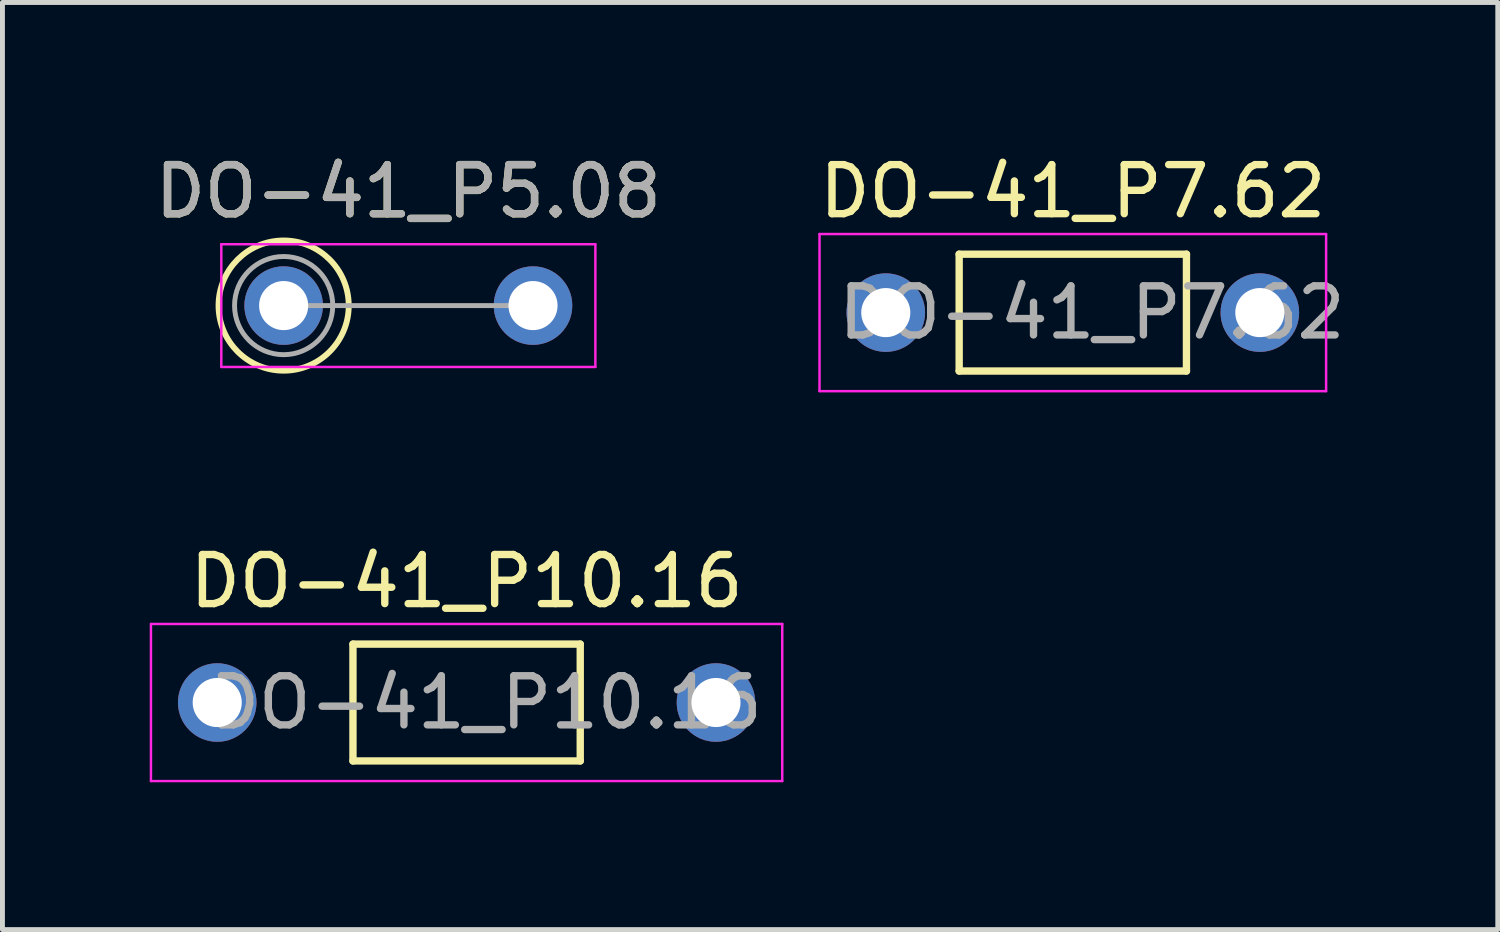
<source format=kicad_pcb>
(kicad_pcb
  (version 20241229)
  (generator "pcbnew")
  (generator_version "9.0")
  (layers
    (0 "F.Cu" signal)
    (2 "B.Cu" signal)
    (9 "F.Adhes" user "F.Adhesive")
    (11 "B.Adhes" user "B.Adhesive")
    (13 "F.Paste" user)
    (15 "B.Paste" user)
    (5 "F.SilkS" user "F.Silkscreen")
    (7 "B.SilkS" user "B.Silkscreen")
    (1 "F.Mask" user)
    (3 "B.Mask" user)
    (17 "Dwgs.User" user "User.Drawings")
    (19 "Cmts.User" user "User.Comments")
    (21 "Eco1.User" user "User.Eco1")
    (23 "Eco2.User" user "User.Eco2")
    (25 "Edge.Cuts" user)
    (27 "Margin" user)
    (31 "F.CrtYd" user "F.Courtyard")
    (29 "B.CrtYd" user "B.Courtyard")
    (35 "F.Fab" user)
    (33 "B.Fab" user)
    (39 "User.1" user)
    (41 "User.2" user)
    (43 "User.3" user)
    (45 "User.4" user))
  (footprint "DO-41_P5.08"
    (layer "F.Cu")
    (at 5.268 3.175)
    (property "Reference" "DO-41_P5.08" (at 0 -2.326 0) (layer "F.SilkS") (effects (font (size 1 1) (thickness 0.15))))
    (attr through_hole)
    (fp_circle (center -2.54 0) (end -1.214 0) (stroke (width 0.12) (type solid)) (fill no) (layer "F.SilkS"))
    (fp_line (start -3.81 -1.25) (end -3.81 1.25) (stroke (width 0.05) (type solid)) (layer "F.CrtYd"))
    (fp_line (start -3.81 1.25) (end 3.81 1.25) (stroke (width 0.05) (type solid)) (layer "F.CrtYd"))
    (fp_line (start 3.81 -1.25) (end -3.81 -1.25) (stroke (width 0.05) (type solid)) (layer "F.CrtYd"))
    (fp_line (start 3.81 1.25) (end 3.81 -1.25) (stroke (width 0.05) (type solid)) (layer "F.CrtYd"))
    (fp_line (start -2.54 0) (end 2.54 0) (stroke (width 0.1) (type solid)) (layer "F.Fab"))
    (fp_circle (center -2.54 0) (end -1.54 0) (stroke (width 0.1) (type solid)) (fill no) (layer "F.Fab"))
    (fp_text user "${REFERENCE}" (at 0 -2.326 0) (layer "F.Fab") (effects (font (size 1 1) (thickness 0.15))))
    (pad "1" thru_hole circle (at -2.54 0) (size 1.6 1.6) (drill 1) (layers "*.Cu" "*.Mask"))
    (pad "2" thru_hole oval (at 2.54 0) (size 1.6 1.6) (drill 1) (layers "*.Cu" "*.Mask")))
  (footprint "DO-41_P10.16"
    (layer "F.Cu")
    (at 6.455 11.261)
    (property "Reference" "DO-41_P10.16" (at 0 -2.47 0) (layer "F.SilkS") (effects (font (size 1 1) (thickness 0.15))))
    (attr through_hole)
    (fp_line (start -2.315 -1.19) (end -2.315 1.19) (stroke (width 0.15) (type solid)) (layer "F.SilkS"))
    (fp_line (start -2.315 1.19) (end 2.315 1.19) (stroke (width 0.15) (type solid)) (layer "F.SilkS"))
    (fp_line (start 2.315 -1.19) (end -2.315 -1.19) (stroke (width 0.15) (type solid)) (layer "F.SilkS"))
    (fp_line (start 2.315 1.19) (end 2.315 -1.19) (stroke (width 0.15) (type solid)) (layer "F.SilkS"))
    (fp_line (start -6.43 -1.6) (end -6.43 1.6) (stroke (width 0.05) (type solid)) (layer "F.CrtYd"))
    (fp_line (start -6.43 1.6) (end 6.43 1.6) (stroke (width 0.05) (type solid)) (layer "F.CrtYd"))
    (fp_line (start 6.43 -1.6) (end -6.43 -1.6) (stroke (width 0.05) (type solid)) (layer "F.CrtYd"))
    (fp_line (start 6.43 1.6) (end 6.43 -1.6) (stroke (width 0.05) (type solid)) (layer "F.CrtYd"))
    (fp_text user "${REFERENCE}" (at 0.39 0 0) (layer "F.Fab") (effects (font (size 1 1) (thickness 0.15))))
    (pad "1" thru_hole circle (at -5.08 0) (size 1.6 1.6) (drill 1) (layers "*.Cu" "*.Mask"))
    (pad "2" thru_hole circle (at 5.08 0) (size 1.6 1.6) (drill 1) (layers "*.Cu" "*.Mask")))
  (footprint "DO-41_P7.62"
    (layer "F.Cu")
    (at 18.804 3.318)
    (property "Reference" "DO-41_P7.62" (at 0 -2.47 0) (layer "F.SilkS") (effects (font (size 1 1) (thickness 0.15))))
    (attr through_hole)
    (fp_line (start -2.315 -1.19) (end -2.315 1.19) (stroke (width 0.15) (type solid)) (layer "F.SilkS"))
    (fp_line (start -2.315 1.19) (end 2.315 1.19) (stroke (width 0.15) (type solid)) (layer "F.SilkS"))
    (fp_line (start 2.315 -1.19) (end -2.315 -1.19) (stroke (width 0.15) (type solid)) (layer "F.SilkS"))
    (fp_line (start 2.315 1.19) (end 2.315 -1.19) (stroke (width 0.15) (type solid)) (layer "F.SilkS"))
    (fp_line (start -5.16 -1.6) (end -5.16 1.6) (stroke (width 0.05) (type solid)) (layer "F.CrtYd"))
    (fp_line (start -5.16 1.6) (end 5.16 1.6) (stroke (width 0.05) (type solid)) (layer "F.CrtYd"))
    (fp_line (start 5.16 -1.6) (end -5.16 -1.6) (stroke (width 0.05) (type solid)) (layer "F.CrtYd"))
    (fp_line (start 5.16 1.6) (end 5.16 -1.6) (stroke (width 0.05) (type solid)) (layer "F.CrtYd"))
    (fp_text user "${REFERENCE}" (at 0.39 0 0) (layer "F.Fab") (effects (font (size 1 1) (thickness 0.15))))
    (pad "1" thru_hole circle (at -3.81 0) (size 1.6 1.6) (drill 1) (layers "*.Cu" "*.Mask"))
    (pad "2" thru_hole circle (at 3.81 0) (size 1.6 1.6) (drill 1) (layers "*.Cu" "*.Mask")))
  (gr_rect
    (start -3 -3)
    (end 27.461 15.886)
    (stroke (width 0.1) (type default))
    (fill no)
    (layer "Edge.Cuts")))
</source>
